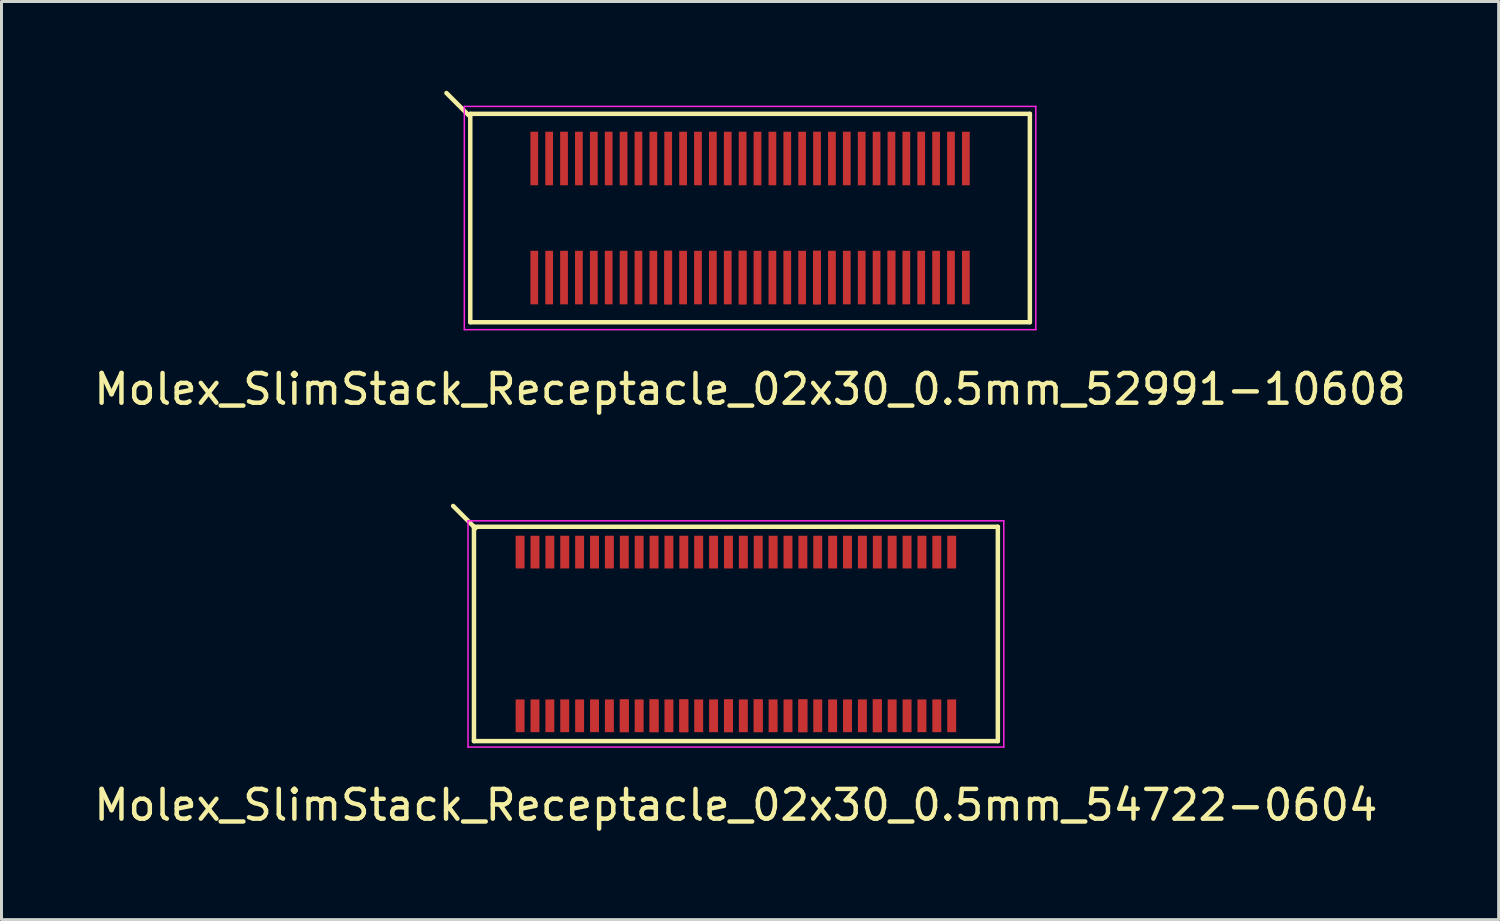
<source format=kicad_pcb>
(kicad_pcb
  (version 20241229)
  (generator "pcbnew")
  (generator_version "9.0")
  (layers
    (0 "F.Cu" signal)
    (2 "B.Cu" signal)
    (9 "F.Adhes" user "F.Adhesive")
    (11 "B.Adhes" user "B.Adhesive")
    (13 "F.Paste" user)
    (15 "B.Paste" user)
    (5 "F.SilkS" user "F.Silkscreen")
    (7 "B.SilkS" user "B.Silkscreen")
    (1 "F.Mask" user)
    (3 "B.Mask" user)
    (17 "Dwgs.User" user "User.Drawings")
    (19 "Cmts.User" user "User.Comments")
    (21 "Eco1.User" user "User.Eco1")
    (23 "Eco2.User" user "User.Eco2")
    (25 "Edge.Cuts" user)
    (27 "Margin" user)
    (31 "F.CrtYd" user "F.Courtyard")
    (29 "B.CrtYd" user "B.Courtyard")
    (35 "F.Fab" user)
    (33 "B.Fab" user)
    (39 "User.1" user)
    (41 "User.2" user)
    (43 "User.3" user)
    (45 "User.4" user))
  (footprint "Molex_SlimStack_Receptacle_02x30_0.5mm_52991-10608"
    (layer "F.Cu")
    (at 22.149 4.275)
    (property "Reference" "Molex_SlimStack_Receptacle_02x30_0.5mm_52991-10608" (at 0 5.75 0) (layer "F.SilkS") (effects (font (size 1 1) (thickness 0.15))))
    (attr smd)
    (fp_line (start -9.45 -3.45) (end -10.2 -4.2) (stroke (width 0.15) (type solid)) (layer "F.SilkS"))
    (fp_line (start -9.4 -3.5) (end -9.4 3.5) (stroke (width 0.15) (type solid)) (layer "F.SilkS"))
    (fp_line (start -9.4 3.5) (end 9.4 3.5) (stroke (width 0.15) (type solid)) (layer "F.SilkS"))
    (fp_line (start 9.4 -3.5) (end -9.4 -3.5) (stroke (width 0.15) (type solid)) (layer "F.SilkS"))
    (fp_line (start 9.4 3.5) (end 9.4 -3.5) (stroke (width 0.15) (type solid)) (layer "F.SilkS"))
    (fp_line (start -9.6 -3.75) (end -9.6 3.75) (stroke (width 0.05) (type solid)) (layer "F.CrtYd"))
    (fp_line (start -9.6 3.75) (end 9.6 3.75) (stroke (width 0.05) (type solid)) (layer "F.CrtYd"))
    (fp_line (start 9.6 -3.75) (end -9.6 -3.75) (stroke (width 0.05) (type solid)) (layer "F.CrtYd"))
    (fp_line (start 9.6 3.75) (end 9.6 -3.75) (stroke (width 0.05) (type solid)) (layer "F.CrtYd"))
    (pad "1" smd rect (at -7.25 -2) (size 0.26 1.8) (layers "F.Cu" "F.Mask" "F.Paste"))
    (pad "2" smd rect (at -7.25 2) (size 0.26 1.8) (layers "F.Cu" "F.Mask" "F.Paste"))
    (pad "3" smd rect (at -6.75 -2) (size 0.26 1.8) (layers "F.Cu" "F.Mask" "F.Paste"))
    (pad "4" smd rect (at -6.75 2) (size 0.26 1.8) (layers "F.Cu" "F.Mask" "F.Paste"))
    (pad "5" smd rect (at -6.25 -2) (size 0.26 1.8) (layers "F.Cu" "F.Mask" "F.Paste"))
    (pad "6" smd rect (at -6.25 2) (size 0.26 1.8) (layers "F.Cu" "F.Mask" "F.Paste"))
    (pad "7" smd rect (at -5.75 -2) (size 0.26 1.8) (layers "F.Cu" "F.Mask" "F.Paste"))
    (pad "8" smd rect (at -5.75 2) (size 0.26 1.8) (layers "F.Cu" "F.Mask" "F.Paste"))
    (pad "9" smd rect (at -5.25 -2) (size 0.26 1.8) (layers "F.Cu" "F.Mask" "F.Paste"))
    (pad "10" smd rect (at -5.25 2) (size 0.26 1.8) (layers "F.Cu" "F.Mask" "F.Paste"))
    (pad "11" smd rect (at -4.75 -2) (size 0.26 1.8) (layers "F.Cu" "F.Mask" "F.Paste"))
    (pad "12" smd rect (at -4.75 2) (size 0.26 1.8) (layers "F.Cu" "F.Mask" "F.Paste"))
    (pad "13" smd rect (at -4.25 -2) (size 0.26 1.8) (layers "F.Cu" "F.Mask" "F.Paste"))
    (pad "14" smd rect (at -4.25 2) (size 0.26 1.8) (layers "F.Cu" "F.Mask" "F.Paste"))
    (pad "15" smd rect (at -3.75 -2) (size 0.26 1.8) (layers "F.Cu" "F.Mask" "F.Paste"))
    (pad "16" smd rect (at -3.75 2) (size 0.26 1.8) (layers "F.Cu" "F.Mask" "F.Paste"))
    (pad "17" smd rect (at -3.25 -2) (size 0.26 1.8) (layers "F.Cu" "F.Mask" "F.Paste"))
    (pad "18" smd rect (at -3.25 2) (size 0.26 1.8) (layers "F.Cu" "F.Mask" "F.Paste"))
    (pad "19" smd rect (at -2.75 -2) (size 0.26 1.8) (layers "F.Cu" "F.Mask" "F.Paste"))
    (pad "20" smd rect (at -2.75 2) (size 0.26 1.8) (layers "F.Cu" "F.Mask" "F.Paste"))
    (pad "20" smd rect (at -2.75 2) (size 0.26 1.8) (layers "F.Cu" "F.Mask" "F.Paste"))
    (pad "21" smd rect (at -2.25 -2) (size 0.26 1.8) (layers "F.Cu" "F.Mask" "F.Paste"))
    (pad "22" smd rect (at -2.25 2) (size 0.26 1.8) (layers "F.Cu" "F.Mask" "F.Paste"))
    (pad "23" smd rect (at -1.75 -2) (size 0.26 1.8) (layers "F.Cu" "F.Mask" "F.Paste"))
    (pad "24" smd rect (at -1.75 2) (size 0.26 1.8) (layers "F.Cu" "F.Mask" "F.Paste"))
    (pad "25" smd rect (at -1.25 -2) (size 0.26 1.8) (layers "F.Cu" "F.Mask" "F.Paste"))
    (pad "26" smd rect (at -1.25 2) (size 0.26 1.8) (layers "F.Cu" "F.Mask" "F.Paste"))
    (pad "27" smd rect (at -0.75 -2) (size 0.26 1.8) (layers "F.Cu" "F.Mask" "F.Paste"))
    (pad "28" smd rect (at -0.75 2) (size 0.26 1.8) (layers "F.Cu" "F.Mask" "F.Paste"))
    (pad "29" smd rect (at -0.25 -2) (size 0.26 1.8) (layers "F.Cu" "F.Mask" "F.Paste"))
    (pad "30" smd rect (at -0.25 2) (size 0.26 1.8) (layers "F.Cu" "F.Mask" "F.Paste"))
    (pad "30" smd rect (at -0.25 2) (size 0.26 1.8) (layers "F.Cu" "F.Mask" "F.Paste"))
    (pad "31" smd rect (at 0.25 -2) (size 0.26 1.8) (layers "F.Cu" "F.Mask" "F.Paste"))
    (pad "32" smd rect (at 0.25 2) (size 0.26 1.8) (layers "F.Cu" "F.Mask" "F.Paste"))
    (pad "33" smd rect (at 0.75 -2) (size 0.26 1.8) (layers "F.Cu" "F.Mask" "F.Paste"))
    (pad "34" smd rect (at 0.75 2) (size 0.26 1.8) (layers "F.Cu" "F.Mask" "F.Paste"))
    (pad "35" smd rect (at 1.25 -2) (size 0.26 1.8) (layers "F.Cu" "F.Mask" "F.Paste"))
    (pad "36" smd rect (at 1.25 2) (size 0.26 1.8) (layers "F.Cu" "F.Mask" "F.Paste"))
    (pad "37" smd rect (at 1.75 -2) (size 0.26 1.8) (layers "F.Cu" "F.Mask" "F.Paste"))
    (pad "38" smd rect (at 1.75 2) (size 0.26 1.8) (layers "F.Cu" "F.Mask" "F.Paste"))
    (pad "39" smd rect (at 2.25 -2) (size 0.26 1.8) (layers "F.Cu" "F.Mask" "F.Paste"))
    (pad "40" smd rect (at 2.25 2) (size 0.26 1.8) (layers "F.Cu" "F.Mask" "F.Paste"))
    (pad "40" smd rect (at 2.25 2) (size 0.26 1.8) (layers "F.Cu" "F.Mask" "F.Paste"))
    (pad "41" smd rect (at 2.75 -2) (size 0.26 1.8) (layers "F.Cu" "F.Mask" "F.Paste"))
    (pad "42" smd rect (at 2.75 2) (size 0.26 1.8) (layers "F.Cu" "F.Mask" "F.Paste"))
    (pad "43" smd rect (at 3.25 -2) (size 0.26 1.8) (layers "F.Cu" "F.Mask" "F.Paste"))
    (pad "44" smd rect (at 3.25 2) (size 0.26 1.8) (layers "F.Cu" "F.Mask" "F.Paste"))
    (pad "45" smd rect (at 3.75 -2) (size 0.26 1.8) (layers "F.Cu" "F.Mask" "F.Paste"))
    (pad "46" smd rect (at 3.75 2) (size 0.26 1.8) (layers "F.Cu" "F.Mask" "F.Paste"))
    (pad "47" smd rect (at 4.25 -2) (size 0.26 1.8) (layers "F.Cu" "F.Mask" "F.Paste"))
    (pad "48" smd rect (at 4.25 2) (size 0.26 1.8) (layers "F.Cu" "F.Mask" "F.Paste"))
    (pad "49" smd rect (at 4.75 -2) (size 0.26 1.8) (layers "F.Cu" "F.Mask" "F.Paste"))
    (pad "50" smd rect (at 4.75 2) (size 0.26 1.8) (layers "F.Cu" "F.Mask" "F.Paste"))
    (pad "50" smd rect (at 4.75 2) (size 0.26 1.8) (layers "F.Cu" "F.Mask" "F.Paste"))
    (pad "51" smd rect (at 5.25 -2) (size 0.26 1.8) (layers "F.Cu" "F.Mask" "F.Paste"))
    (pad "52" smd rect (at 5.25 2) (size 0.26 1.8) (layers "F.Cu" "F.Mask" "F.Paste"))
    (pad "53" smd rect (at 5.75 -2) (size 0.26 1.8) (layers "F.Cu" "F.Mask" "F.Paste"))
    (pad "54" smd rect (at 5.75 2) (size 0.26 1.8) (layers "F.Cu" "F.Mask" "F.Paste"))
    (pad "55" smd rect (at 6.25 -2) (size 0.26 1.8) (layers "F.Cu" "F.Mask" "F.Paste"))
    (pad "56" smd rect (at 6.25 2) (size 0.26 1.8) (layers "F.Cu" "F.Mask" "F.Paste"))
    (pad "57" smd rect (at 6.75 -2) (size 0.26 1.8) (layers "F.Cu" "F.Mask" "F.Paste"))
    (pad "58" smd rect (at 6.75 2) (size 0.26 1.8) (layers "F.Cu" "F.Mask" "F.Paste"))
    (pad "59" smd rect (at 7.25 -2) (size 0.26 1.8) (layers "F.Cu" "F.Mask" "F.Paste"))
    (pad "60" smd rect (at 7.25 2) (size 0.26 1.8) (layers "F.Cu" "F.Mask" "F.Paste")))
  (footprint "Molex_SlimStack_Receptacle_02x30_0.5mm_54722-0604"
    (layer "F.Cu")
    (at 21.673 18.248)
    (property "Reference" "Molex_SlimStack_Receptacle_02x30_0.5mm_54722-0604" (at 0 5.75 0) (layer "F.SilkS") (effects (font (size 1 1) (thickness 0.15))))
    (attr smd)
    (fp_line (start -8.8 -3.6) (end -8.8 3.6) (stroke (width 0.15) (type solid)) (layer "F.SilkS"))
    (fp_line (start -8.8 3.6) (end 8.8 3.6) (stroke (width 0.15) (type solid)) (layer "F.SilkS"))
    (fp_line (start -8.75 -3.55) (end -9.5 -4.3) (stroke (width 0.15) (type solid)) (layer "F.SilkS"))
    (fp_line (start 8.8 -3.6) (end -8.8 -3.6) (stroke (width 0.15) (type solid)) (layer "F.SilkS"))
    (fp_line (start 8.8 3.6) (end 8.8 -3.6) (stroke (width 0.15) (type solid)) (layer "F.SilkS"))
    (fp_line (start -9 -3.8) (end -9 3.8) (stroke (width 0.05) (type solid)) (layer "F.CrtYd"))
    (fp_line (start -9 3.8) (end 9 3.8) (stroke (width 0.05) (type solid)) (layer "F.CrtYd"))
    (fp_line (start 9 -3.8) (end -9 -3.8) (stroke (width 0.05) (type solid)) (layer "F.CrtYd"))
    (fp_line (start 9 3.8) (end 9 -3.8) (stroke (width 0.05) (type solid)) (layer "F.CrtYd"))
    (pad "1" smd rect (at -7.25 -2.75) (size 0.3 1.1) (layers "F.Cu" "F.Mask" "F.Paste"))
    (pad "2" smd rect (at -7.25 2.75) (size 0.3 1.1) (layers "F.Cu" "F.Mask" "F.Paste"))
    (pad "3" smd rect (at -6.75 -2.75) (size 0.3 1.1) (layers "F.Cu" "F.Mask" "F.Paste"))
    (pad "4" smd rect (at -6.75 2.75) (size 0.3 1.1) (layers "F.Cu" "F.Mask" "F.Paste"))
    (pad "5" smd rect (at -6.25 -2.75) (size 0.3 1.1) (layers "F.Cu" "F.Mask" "F.Paste"))
    (pad "6" smd rect (at -6.25 2.75) (size 0.3 1.1) (layers "F.Cu" "F.Mask" "F.Paste"))
    (pad "7" smd rect (at -5.75 -2.75) (size 0.3 1.1) (layers "F.Cu" "F.Mask" "F.Paste"))
    (pad "8" smd rect (at -5.75 2.75) (size 0.3 1.1) (layers "F.Cu" "F.Mask" "F.Paste"))
    (pad "9" smd rect (at -5.25 -2.75) (size 0.3 1.1) (layers "F.Cu" "F.Mask" "F.Paste"))
    (pad "10" smd rect (at -5.25 2.75) (size 0.3 1.1) (layers "F.Cu" "F.Mask" "F.Paste"))
    (pad "11" smd rect (at -4.75 -2.75) (size 0.3 1.1) (layers "F.Cu" "F.Mask" "F.Paste"))
    (pad "12" smd rect (at -4.75 2.75) (size 0.3 1.1) (layers "F.Cu" "F.Mask" "F.Paste"))
    (pad "13" smd rect (at -4.25 -2.75) (size 0.3 1.1) (layers "F.Cu" "F.Mask" "F.Paste"))
    (pad "14" smd rect (at -4.25 2.75) (size 0.3 1.1) (layers "F.Cu" "F.Mask" "F.Paste"))
    (pad "15" smd rect (at -3.75 -2.75) (size 0.3 1.1) (layers "F.Cu" "F.Mask" "F.Paste"))
    (pad "16" smd rect (at -3.75 2.75) (size 0.3 1.1) (layers "F.Cu" "F.Mask" "F.Paste"))
    (pad "16" smd rect (at -3.75 2.75) (size 0.3 1.1) (layers "F.Cu" "F.Mask" "F.Paste"))
    (pad "17" smd rect (at -3.25 -2.75) (size 0.3 1.1) (layers "F.Cu" "F.Mask" "F.Paste"))
    (pad "18" smd rect (at -3.25 2.75) (size 0.3 1.1) (layers "F.Cu" "F.Mask" "F.Paste"))
    (pad "19" smd rect (at -2.75 -2.75) (size 0.3 1.1) (layers "F.Cu" "F.Mask" "F.Paste"))
    (pad "20" smd rect (at -2.75 2.75) (size 0.3 1.1) (layers "F.Cu" "F.Mask" "F.Paste"))
    (pad "20" smd rect (at -2.75 2.75) (size 0.3 1.1) (layers "F.Cu" "F.Mask" "F.Paste"))
    (pad "21" smd rect (at -2.25 -2.75) (size 0.3 1.1) (layers "F.Cu" "F.Mask" "F.Paste"))
    (pad "22" smd rect (at -2.25 2.75) (size 0.3 1.1) (layers "F.Cu" "F.Mask" "F.Paste"))
    (pad "23" smd rect (at -1.75 -2.75) (size 0.3 1.1) (layers "F.Cu" "F.Mask" "F.Paste"))
    (pad "24" smd rect (at -1.75 2.75) (size 0.3 1.1) (layers "F.Cu" "F.Mask" "F.Paste"))
    (pad "24" smd rect (at -1.75 2.75) (size 0.3 1.1) (layers "F.Cu" "F.Mask" "F.Paste"))
    (pad "25" smd rect (at -1.25 -2.75) (size 0.3 1.1) (layers "F.Cu" "F.Mask" "F.Paste"))
    (pad "26" smd rect (at -1.25 2.75) (size 0.3 1.1) (layers "F.Cu" "F.Mask" "F.Paste"))
    (pad "27" smd rect (at -0.75 -2.75) (size 0.3 1.1) (layers "F.Cu" "F.Mask" "F.Paste"))
    (pad "28" smd rect (at -0.75 2.75) (size 0.3 1.1) (layers "F.Cu" "F.Mask" "F.Paste"))
    (pad "29" smd rect (at -0.25 -2.75) (size 0.3 1.1) (layers "F.Cu" "F.Mask" "F.Paste"))
    (pad "30" smd rect (at -0.25 2.75) (size 0.3 1.1) (layers "F.Cu" "F.Mask" "F.Paste"))
    (pad "30" smd rect (at -0.25 2.75) (size 0.3 1.1) (layers "F.Cu" "F.Mask" "F.Paste"))
    (pad "31" smd rect (at 0.25 -2.75) (size 0.3 1.1) (layers "F.Cu" "F.Mask" "F.Paste"))
    (pad "32" smd rect (at 0.25 2.75) (size 0.3 1.1) (layers "F.Cu" "F.Mask" "F.Paste"))
    (pad "33" smd rect (at 0.75 -2.75) (size 0.3 1.1) (layers "F.Cu" "F.Mask" "F.Paste"))
    (pad "34" smd rect (at 0.75 2.75) (size 0.3 1.1) (layers "F.Cu" "F.Mask" "F.Paste"))
    (pad "34" smd rect (at 0.75 2.75) (size 0.3 1.1) (layers "F.Cu" "F.Mask" "F.Paste"))
    (pad "35" smd rect (at 1.25 -2.75) (size 0.3 1.1) (layers "F.Cu" "F.Mask" "F.Paste"))
    (pad "36" smd rect (at 1.25 2.75) (size 0.3 1.1) (layers "F.Cu" "F.Mask" "F.Paste"))
    (pad "37" smd rect (at 1.75 -2.75) (size 0.3 1.1) (layers "F.Cu" "F.Mask" "F.Paste"))
    (pad "38" smd rect (at 1.75 2.75) (size 0.3 1.1) (layers "F.Cu" "F.Mask" "F.Paste"))
    (pad "39" smd rect (at 2.25 -2.75) (size 0.3 1.1) (layers "F.Cu" "F.Mask" "F.Paste"))
    (pad "40" smd rect (at 2.25 2.75) (size 0.3 1.1) (layers "F.Cu" "F.Mask" "F.Paste"))
    (pad "40" smd rect (at 2.25 2.75) (size 0.3 1.1) (layers "F.Cu" "F.Mask" "F.Paste"))
    (pad "41" smd rect (at 2.75 -2.75) (size 0.3 1.1) (layers "F.Cu" "F.Mask" "F.Paste"))
    (pad "42" smd rect (at 2.75 2.75) (size 0.3 1.1) (layers "F.Cu" "F.Mask" "F.Paste"))
    (pad "43" smd rect (at 3.25 -2.75) (size 0.3 1.1) (layers "F.Cu" "F.Mask" "F.Paste"))
    (pad "44" smd rect (at 3.25 2.75) (size 0.3 1.1) (layers "F.Cu" "F.Mask" "F.Paste"))
    (pad "45" smd rect (at 3.75 -2.75) (size 0.3 1.1) (layers "F.Cu" "F.Mask" "F.Paste"))
    (pad "46" smd rect (at 3.75 2.75) (size 0.3 1.1) (layers "F.Cu" "F.Mask" "F.Paste"))
    (pad "47" smd rect (at 4.25 -2.75) (size 0.3 1.1) (layers "F.Cu" "F.Mask" "F.Paste"))
    (pad "48" smd rect (at 4.25 2.75) (size 0.3 1.1) (layers "F.Cu" "F.Mask" "F.Paste"))
    (pad "49" smd rect (at 4.75 -2.75) (size 0.3 1.1) (layers "F.Cu" "F.Mask" "F.Paste"))
    (pad "50" smd rect (at 4.75 2.75) (size 0.3 1.1) (layers "F.Cu" "F.Mask" "F.Paste"))
    (pad "50" smd rect (at 4.75 2.75) (size 0.3 1.1) (layers "F.Cu" "F.Mask" "F.Paste"))
    (pad "51" smd rect (at 5.25 -2.75) (size 0.3 1.1) (layers "F.Cu" "F.Mask" "F.Paste"))
    (pad "52" smd rect (at 5.25 2.75) (size 0.3 1.1) (layers "F.Cu" "F.Mask" "F.Paste"))
    (pad "53" smd rect (at 5.75 -2.75) (size 0.3 1.1) (layers "F.Cu" "F.Mask" "F.Paste"))
    (pad "54" smd rect (at 5.75 2.75) (size 0.3 1.1) (layers "F.Cu" "F.Mask" "F.Paste"))
    (pad "55" smd rect (at 6.25 -2.75) (size 0.3 1.1) (layers "F.Cu" "F.Mask" "F.Paste"))
    (pad "56" smd rect (at 6.25 2.75) (size 0.3 1.1) (layers "F.Cu" "F.Mask" "F.Paste"))
    (pad "57" smd rect (at 6.75 -2.75) (size 0.3 1.1) (layers "F.Cu" "F.Mask" "F.Paste"))
    (pad "58" smd rect (at 6.75 2.75) (size 0.3 1.1) (layers "F.Cu" "F.Mask" "F.Paste"))
    (pad "59" smd rect (at 7.25 -2.75) (size 0.3 1.1) (layers "F.Cu" "F.Mask" "F.Paste"))
    (pad "60" smd rect (at 7.25 2.75) (size 0.3 1.1) (layers "F.Cu" "F.Mask" "F.Paste")))
  (gr_rect
    (start -3 -3)
    (end 47.298 27.846)
    (stroke (width 0.1) (type default))
    (fill no)
    (layer "Edge.Cuts")))
</source>
